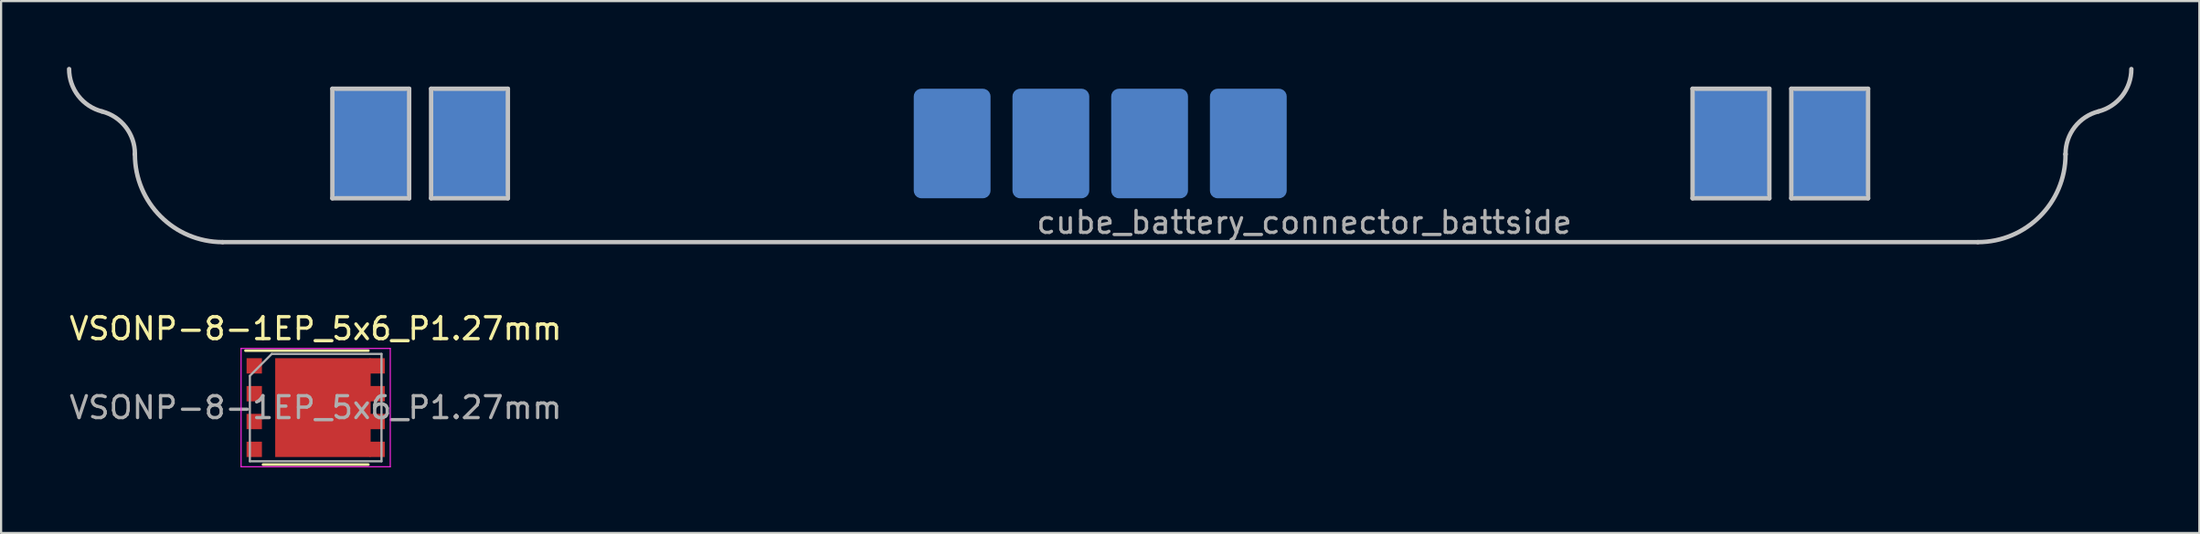
<source format=kicad_pcb>
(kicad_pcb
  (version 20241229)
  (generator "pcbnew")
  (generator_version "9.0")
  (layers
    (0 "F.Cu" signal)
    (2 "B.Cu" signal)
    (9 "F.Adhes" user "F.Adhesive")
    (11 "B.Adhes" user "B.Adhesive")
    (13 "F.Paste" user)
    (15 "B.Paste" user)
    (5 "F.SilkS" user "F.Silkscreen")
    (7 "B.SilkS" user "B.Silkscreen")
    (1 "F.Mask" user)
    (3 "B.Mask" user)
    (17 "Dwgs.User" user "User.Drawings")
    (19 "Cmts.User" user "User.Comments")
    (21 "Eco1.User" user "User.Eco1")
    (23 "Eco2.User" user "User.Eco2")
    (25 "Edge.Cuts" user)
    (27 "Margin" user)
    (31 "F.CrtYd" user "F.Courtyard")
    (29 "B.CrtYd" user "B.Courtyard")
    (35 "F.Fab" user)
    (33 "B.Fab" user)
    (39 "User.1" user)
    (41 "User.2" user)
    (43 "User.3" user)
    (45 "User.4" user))
  (footprint "cube_battery_connector_battside"
    (layer "F.Cu")
    (at 47.1 3.5)
    (property "Reference" "cube_battery_connector_battside" (at 9.3 3.6 0) (layer "F.Fab") (effects (font (size 1 1) (thickness 0.15))))
    (attr through_hole)
    (fp_line (start -44 0.473) (end -44 0.5) (stroke (width 0.2) (type solid)) (layer "Dwgs.User"))
    (fp_line (start -40 4.5) (end 40 4.5) (stroke (width 0.2) (type solid)) (layer "Dwgs.User"))
    (fp_line (start -35 -2.5) (end -31.5 -2.5) (stroke (width 0.2) (type solid)) (layer "Dwgs.User"))
    (fp_line (start -35 2.5) (end -35 -2.5) (stroke (width 0.2) (type solid)) (layer "Dwgs.User"))
    (fp_line (start -31.5 -2.5) (end -31.5 2.5) (stroke (width 0.2) (type solid)) (layer "Dwgs.User"))
    (fp_line (start -31.5 2.5) (end -35 2.5) (stroke (width 0.2) (type solid)) (layer "Dwgs.User"))
    (fp_line (start -30.5 -2.5) (end -27 -2.5) (stroke (width 0.2) (type solid)) (layer "Dwgs.User"))
    (fp_line (start -30.5 2.5) (end -30.5 -2.5) (stroke (width 0.2) (type solid)) (layer "Dwgs.User"))
    (fp_line (start -27 -2.5) (end -27 2.5) (stroke (width 0.2) (type solid)) (layer "Dwgs.User"))
    (fp_line (start -27 2.5) (end -30.5 2.5) (stroke (width 0.2) (type solid)) (layer "Dwgs.User"))
    (fp_line (start 27 -2.5) (end 30.5 -2.5) (stroke (width 0.2) (type solid)) (layer "Dwgs.User"))
    (fp_line (start 27 2.5) (end 27 -2.5) (stroke (width 0.2) (type solid)) (layer "Dwgs.User"))
    (fp_line (start 30.5 -2.5) (end 30.5 2.5) (stroke (width 0.2) (type solid)) (layer "Dwgs.User"))
    (fp_line (start 30.5 2.5) (end 27 2.5) (stroke (width 0.2) (type solid)) (layer "Dwgs.User"))
    (fp_line (start 31.5 -2.5) (end 35 -2.5) (stroke (width 0.2) (type solid)) (layer "Dwgs.User"))
    (fp_line (start 31.5 2.5) (end 31.5 -2.5) (stroke (width 0.2) (type solid)) (layer "Dwgs.User"))
    (fp_line (start 35 -2.5) (end 35 2.5) (stroke (width 0.2) (type solid)) (layer "Dwgs.User"))
    (fp_line (start 35 2.5) (end 31.5 2.5) (stroke (width 0.2) (type solid)) (layer "Dwgs.User"))
    (fp_line (start 44 0.5) (end 44 0.473) (stroke (width 0.2) (type solid)) (layer "Dwgs.User"))
    (fp_arc (start -45.500001 -1.463509) (mid -44.418862 -0.751762) (end -44 0.472983) (stroke (width 0.2) (type solid)) (layer "Dwgs.User"))
    (fp_arc (start -45.499999 -1.463508) (mid -46.581138 -2.175255) (end -47 -3.4) (stroke (width 0.2) (type solid)) (layer "Dwgs.User"))
    (fp_arc (start -40 4.5) (mid -42.828427 3.328427) (end -44 0.5) (stroke (width 0.2) (type solid)) (layer "Dwgs.User"))
    (fp_arc (start 44 0.499999) (mid 42.828427 3.328426) (end 40 4.5) (stroke (width 0.2) (type solid)) (layer "Dwgs.User"))
    (fp_arc (start 44.000001 0.472983) (mid 44.418862 -0.751761) (end 45.5 -1.463508) (stroke (width 0.2) (type solid)) (layer "Dwgs.User"))
    (fp_arc (start 47.000001 -3.4) (mid 46.581139 -2.175255) (end 45.5 -1.463508) (stroke (width 0.2) (type solid)) (layer "Dwgs.User"))
    (pad "1" smd roundrect (at -33.25 0) (size 3.5 5) (layers "B.Cu" "B.Mask") (roundrect_rratio 0.1))
    (pad "1" smd roundrect (at -28.75 0) (size 3.5 5) (layers "B.Cu" "B.Mask") (roundrect_rratio 0.1))
    (pad "2" smd roundrect (at -6.75 0) (size 3.5 5) (layers "B.Cu" "B.Mask") (roundrect_rratio 0.1))
    (pad "3" smd roundrect (at -2.25 0) (size 3.5 5) (layers "B.Cu" "B.Mask") (roundrect_rratio 0.1))
    (pad "4" smd roundrect (at 2.25 0) (size 3.5 5) (layers "B.Cu" "B.Mask") (roundrect_rratio 0.1))
    (pad "5" smd roundrect (at 6.75 0) (size 3.5 5) (layers "B.Cu" "B.Mask") (roundrect_rratio 0.1))
    (pad "6" smd roundrect (at 28.75 0) (size 3.5 5) (layers "B.Cu" "B.Mask") (roundrect_rratio 0.1))
    (pad "6" smd roundrect (at 33.25 0) (size 3.5 5) (layers "B.Cu" "B.Mask") (roundrect_rratio 0.1)))
  (footprint "VSONP-8-1EP_5x6_P1.27mm"
    (layer "F.Cu")
    (at 11.339 15.553)
    (property "Reference" "VSONP-8-1EP_5x6_P1.27mm" (at 0 -3.605 0) (layer "F.SilkS") (effects (font (size 1 1) (thickness 0.15))))
    (attr smd)
    (fp_line (start 2.4 -2.6) (end -3.2 -2.6) (stroke (width 0.12) (type solid)) (layer "F.SilkS"))
    (fp_line (start 2.4 2.6) (end -2.4 2.6) (stroke (width 0.12) (type solid)) (layer "F.SilkS"))
    (fp_line (start -3.4 -2.7) (end 3.4 -2.7) (stroke (width 0.05) (type solid)) (layer "F.CrtYd"))
    (fp_line (start -3.4 2.7) (end -3.4 -2.7) (stroke (width 0.05) (type solid)) (layer "F.CrtYd"))
    (fp_line (start 3.4 -2.7) (end 3.4 2.7) (stroke (width 0.05) (type solid)) (layer "F.CrtYd"))
    (fp_line (start 3.4 2.7) (end -3.4 2.7) (stroke (width 0.05) (type solid)) (layer "F.CrtYd"))
    (fp_line (start -3 -1.45) (end -3 2.45) (stroke (width 0.1) (type solid)) (layer "F.Fab"))
    (fp_line (start -2 -2.45) (end -3 -1.45) (stroke (width 0.1) (type solid)) (layer "F.Fab"))
    (fp_line (start -2 -2.45) (end 3 -2.45) (stroke (width 0.1) (type solid)) (layer "F.Fab"))
    (fp_line (start 3 -2.45) (end 3 2.45) (stroke (width 0.1) (type solid)) (layer "F.Fab"))
    (fp_line (start 3 2.45) (end -3 2.45) (stroke (width 0.1) (type solid)) (layer "F.Fab"))
    (fp_text user "${REFERENCE}" (at 0 0 0) (layer "F.Fab") (effects (font (size 1 1) (thickness 0.15))))
    (pad "" smd rect (at -0.797 -1.095) (size 1.235 1.57) (layers "F.Paste"))
    (pad "" smd rect (at -0.797 1.095) (size 1.235 1.57) (layers "F.Paste"))
    (pad "" smd rect (at 1.113 -1.095) (size 1.585 1.57) (layers "F.Paste"))
    (pad "" smd rect (at 1.113 1.095) (size 1.585 1.57) (layers "F.Paste"))
    (pad "1" smd rect (at -2.8 -1.905) (size 0.7 0.7) (layers "F.Cu" "F.Mask" "F.Paste"))
    (pad "1" smd rect (at -2.8 -0.635) (size 0.7 0.7) (layers "F.Cu" "F.Mask" "F.Paste"))
    (pad "1" smd rect (at -2.8 0.635) (size 0.7 0.7) (layers "F.Cu" "F.Mask" "F.Paste"))
    (pad "2" smd rect (at -2.8 1.905) (size 0.7 0.7) (layers "F.Cu" "F.Mask" "F.Paste"))
    (pad "3" smd rect (at 0.33 0) (size 4.35 4.51) (layers "F.Cu" "F.Mask"))
    (pad "3" smd rect (at 2.8 -1.905) (size 0.7 0.7) (layers "F.Cu" "F.Mask" "F.Paste"))
    (pad "3" smd rect (at 2.8 -0.635) (size 0.7 0.7) (layers "F.Cu" "F.Mask" "F.Paste"))
    (pad "3" smd rect (at 2.8 0.635) (size 0.7 0.7) (layers "F.Cu" "F.Mask" "F.Paste"))
    (pad "3" smd rect (at 2.8 1.905) (size 0.7 0.7) (layers "F.Cu" "F.Mask" "F.Paste")))
  (gr_rect
    (start -3 -3)
    (end 97.2 21.278)
    (stroke (width 0.1) (type default))
    (fill no)
    (layer "Edge.Cuts")))
</source>
